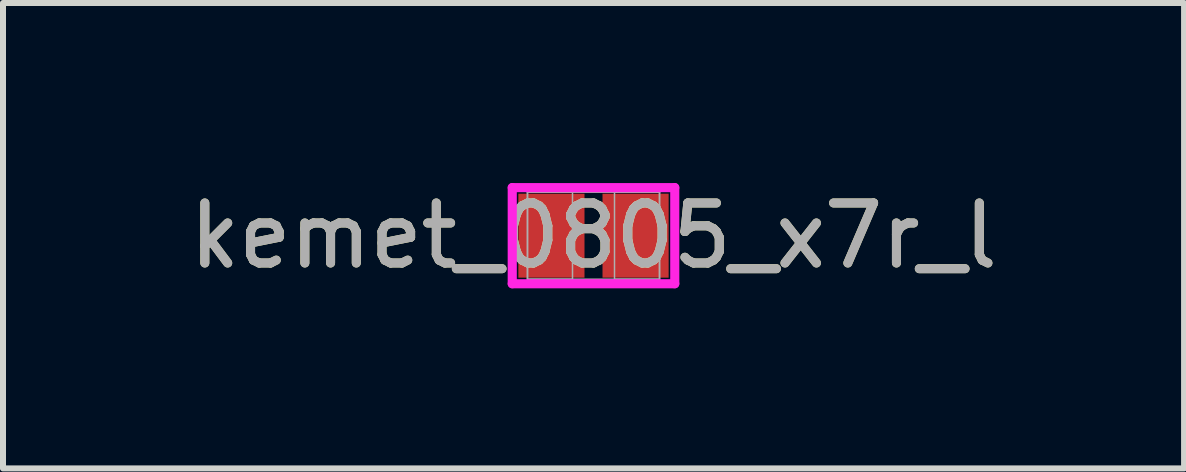
<source format=kicad_pcb>
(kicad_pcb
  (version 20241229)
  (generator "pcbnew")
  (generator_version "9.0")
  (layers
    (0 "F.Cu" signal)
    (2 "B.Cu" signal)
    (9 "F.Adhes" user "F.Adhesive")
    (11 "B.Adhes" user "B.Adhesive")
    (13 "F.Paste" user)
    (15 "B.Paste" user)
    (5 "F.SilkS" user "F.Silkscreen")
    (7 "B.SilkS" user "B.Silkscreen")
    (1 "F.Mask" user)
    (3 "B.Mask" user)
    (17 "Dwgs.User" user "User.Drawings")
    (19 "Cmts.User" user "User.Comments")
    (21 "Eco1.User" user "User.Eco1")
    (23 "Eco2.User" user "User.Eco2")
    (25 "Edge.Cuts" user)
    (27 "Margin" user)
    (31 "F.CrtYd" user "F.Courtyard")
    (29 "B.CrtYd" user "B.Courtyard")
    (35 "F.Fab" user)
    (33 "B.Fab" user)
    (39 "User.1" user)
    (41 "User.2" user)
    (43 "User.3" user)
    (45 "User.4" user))
  (footprint "kemet_0805_x7r_l"
    (layer "F.Cu")
    (at 6.839 0.877)
    (property "Reference" "kemet_0805_x7r_l" (at 0 0 0) (unlocked yes) (layer "F.SilkS") (effects (font (size 1 1) (thickness 0.15))))
    (attr smd)
    (fp_line (start -1.354 -0.801) (end 1.354 -0.801) (stroke (width 0.152) (type solid)) (layer "F.CrtYd"))
    (fp_line (start -1.354 0.801) (end -1.354 -0.801) (stroke (width 0.152) (type solid)) (layer "F.CrtYd"))
    (fp_line (start 1.354 -0.801) (end 1.354 0.801) (stroke (width 0.152) (type solid)) (layer "F.CrtYd"))
    (fp_line (start 1.354 0.801) (end -1.354 0.801) (stroke (width 0.152) (type solid)) (layer "F.CrtYd"))
    (fp_line (start -1.1 -0.725) (end -1.1 0.725) (stroke (width 0.025) (type solid)) (layer "F.Fab"))
    (fp_line (start -1.1 -0.725) (end -1.1 0.725) (stroke (width 0.025) (type solid)) (layer "F.Fab"))
    (fp_line (start -1.1 0.725) (end -0.35 0.725) (stroke (width 0.025) (type solid)) (layer "F.Fab"))
    (fp_line (start -1.1 0.725) (end 1.1 0.725) (stroke (width 0.025) (type solid)) (layer "F.Fab"))
    (fp_line (start -0.35 -0.725) (end -1.1 -0.725) (stroke (width 0.025) (type solid)) (layer "F.Fab"))
    (fp_line (start -0.35 0.725) (end -0.35 -0.725) (stroke (width 0.025) (type solid)) (layer "F.Fab"))
    (fp_line (start 0.35 -0.725) (end 0.35 0.725) (stroke (width 0.025) (type solid)) (layer "F.Fab"))
    (fp_line (start 0.35 0.725) (end 1.1 0.725) (stroke (width 0.025) (type solid)) (layer "F.Fab"))
    (fp_line (start 1.1 -0.725) (end -1.1 -0.725) (stroke (width 0.025) (type solid)) (layer "F.Fab"))
    (fp_line (start 1.1 -0.725) (end 0.35 -0.725) (stroke (width 0.025) (type solid)) (layer "F.Fab"))
    (fp_line (start 1.1 0.725) (end 1.1 -0.725) (stroke (width 0.025) (type solid)) (layer "F.Fab"))
    (fp_line (start 1.1 0.725) (end 1.1 -0.725) (stroke (width 0.025) (type solid)) (layer "F.Fab"))
    (fp_text user "${REFERENCE}" (at 0 0 0) (unlocked yes) (layer "F.Fab") (effects (font (size 1 1) (thickness 0.15))))
    (pad "1" smd rect (at -0.701 0) (size 1.102 1.399) (layers "F.Cu" "F.Mask" "F.Paste"))
    (pad "2" smd rect (at 0.701 0) (size 1.102 1.399) (layers "F.Cu" "F.Mask" "F.Paste"))
    (zone (net_name "") (layer "F.Cu") (hatch full 0.508) (connect_pads) (min_thickness 0.254) (filled_areas_thickness no) (keepout (tracks not_allowed) (vias not_allowed) (pads allowed) (copperpour not_allowed) (footprints allowed)) (placement (enabled no)) (fill) (polygon (pts (xy 6.74 0.203) (xy 6.938 0.203) (xy 6.938 1.552) (xy 6.74 1.552)))))
  (gr_rect
    (start -3 -3)
    (end 16.679 4.755)
    (stroke (width 0.1) (type default))
    (fill no)
    (layer "Edge.Cuts")))
</source>
